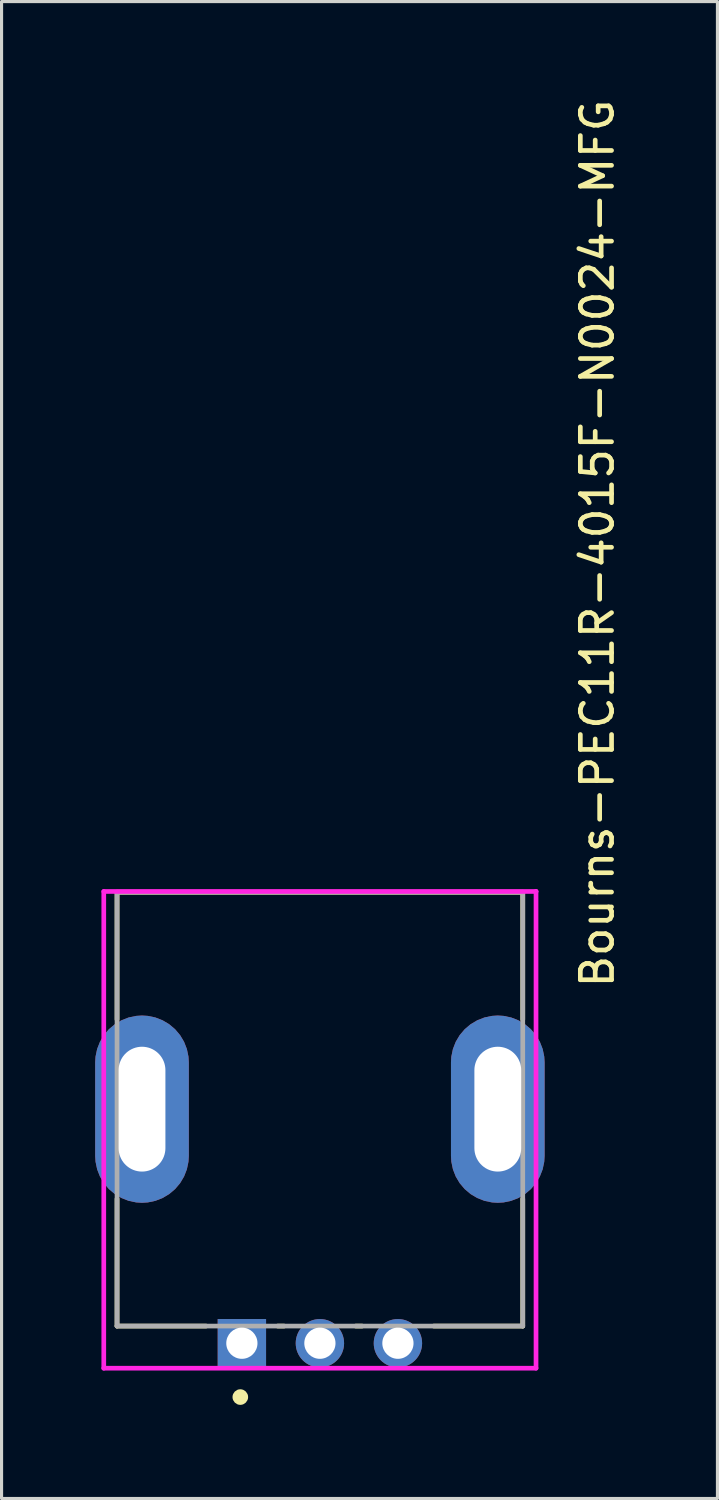
<source format=kicad_pcb>
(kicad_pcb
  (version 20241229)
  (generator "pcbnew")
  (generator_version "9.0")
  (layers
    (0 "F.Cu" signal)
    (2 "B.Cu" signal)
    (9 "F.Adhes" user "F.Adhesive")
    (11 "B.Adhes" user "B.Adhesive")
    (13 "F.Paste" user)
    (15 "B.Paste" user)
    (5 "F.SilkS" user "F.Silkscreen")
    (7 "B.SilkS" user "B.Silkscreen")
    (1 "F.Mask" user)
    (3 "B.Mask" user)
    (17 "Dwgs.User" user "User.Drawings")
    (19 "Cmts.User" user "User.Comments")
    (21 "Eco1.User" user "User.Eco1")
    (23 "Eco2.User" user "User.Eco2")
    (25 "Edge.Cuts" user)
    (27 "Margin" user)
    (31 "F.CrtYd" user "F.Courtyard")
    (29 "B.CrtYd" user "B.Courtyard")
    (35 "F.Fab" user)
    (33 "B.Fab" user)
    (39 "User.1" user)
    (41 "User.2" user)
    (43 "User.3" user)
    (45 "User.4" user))
  (footprint "Bourns-PEC11R-4015F-N0024-MFG"
    (layer "F.Cu")
    (at 7.2 32.489)
    (property "Reference" "Bourns-PEC11R-4015F-N0024-MFG" (at 8.89 -3.81 90) (layer "F.SilkS") (effects (font (size 1 1) (thickness 0.15)) (justify left)))
    (attr through_hole)
    (fp_line (start -6.5 -6.95) (end 6.5 -6.95) (stroke (width 0.15) (type solid)) (layer "F.SilkS"))
    (fp_line (start -6.5 -2.875) (end -6.5 -6.95) (stroke (width 0.15) (type solid)) (layer "F.SilkS"))
    (fp_line (start -6.5 6.95) (end -6.5 2.875) (stroke (width 0.15) (type solid)) (layer "F.SilkS"))
    (fp_line (start -6.5 6.95) (end -3.65 6.95) (stroke (width 0.15) (type solid)) (layer "F.SilkS"))
    (fp_line (start -1.35 6.95) (end -1.15 6.95) (stroke (width 0.15) (type solid)) (layer "F.SilkS"))
    (fp_line (start 1.15 6.95) (end 1.35 6.95) (stroke (width 0.15) (type solid)) (layer "F.SilkS"))
    (fp_line (start 3.65 6.95) (end 6.5 6.95) (stroke (width 0.15) (type solid)) (layer "F.SilkS"))
    (fp_line (start 6.5 -2.875) (end 6.5 -6.95) (stroke (width 0.15) (type solid)) (layer "F.SilkS"))
    (fp_line (start 6.5 6.95) (end 6.5 2.875) (stroke (width 0.15) (type solid)) (layer "F.SilkS"))
    (fp_circle (center -2.55 9.225) (end -2.425 9.225) (stroke (width 0.25) (type solid)) (fill no) (layer "F.SilkS"))
    (fp_line (start -6.925 -6.975) (end -6.925 8.3) (stroke (width 0.15) (type solid)) (layer "F.CrtYd"))
    (fp_line (start -6.925 8.3) (end 6.925 8.3) (stroke (width 0.15) (type solid)) (layer "F.CrtYd"))
    (fp_line (start 6.925 -6.975) (end -6.925 -6.975) (stroke (width 0.15) (type solid)) (layer "F.CrtYd"))
    (fp_line (start 6.925 -6.975) (end 6.925 -6.975) (stroke (width 0.15) (type solid)) (layer "F.CrtYd"))
    (fp_line (start 6.925 8.3) (end 6.925 -6.975) (stroke (width 0.15) (type solid)) (layer "F.CrtYd"))
    (fp_line (start -6.5 -6.95) (end 6.5 -6.95) (stroke (width 0.15) (type solid)) (layer "F.Fab"))
    (fp_line (start -6.5 6.95) (end -6.5 -6.95) (stroke (width 0.15) (type solid)) (layer "F.Fab"))
    (fp_line (start 6.5 -6.95) (end 6.5 6.95) (stroke (width 0.15) (type solid)) (layer "F.Fab"))
    (fp_line (start 6.5 6.95) (end -6.5 6.95) (stroke (width 0.15) (type solid)) (layer "F.Fab"))
    (pad "1" thru_hole roundrect (at -5.7 0) (size 3 6) (drill oval 1.5 4) (layers "*.Cu" "*.Mask") (roundrect_rratio 0.5))
    (pad "2" thru_hole roundrect (at 5.7 0) (size 3 6) (drill oval 1.5 4) (layers "*.Cu" "*.Mask") (roundrect_rratio 0.5))
    (pad "A" thru_hole rect (at -2.5 7.5) (size 1.55 1.55) (drill 1) (layers "*.Cu" "*.Mask"))
    (pad "B" thru_hole circle (at 2.5 7.5) (size 1.55 1.55) (drill 1) (layers "*.Cu" "*.Mask"))
    (pad "C" thru_hole circle (at 0 7.5) (size 1.55 1.55) (drill 1) (layers "*.Cu" "*.Mask")))
  (gr_rect
    (start -3 -3)
    (end 19.938 44.964)
    (stroke (width 0.1) (type default))
    (fill no)
    (layer "Edge.Cuts")))
</source>
